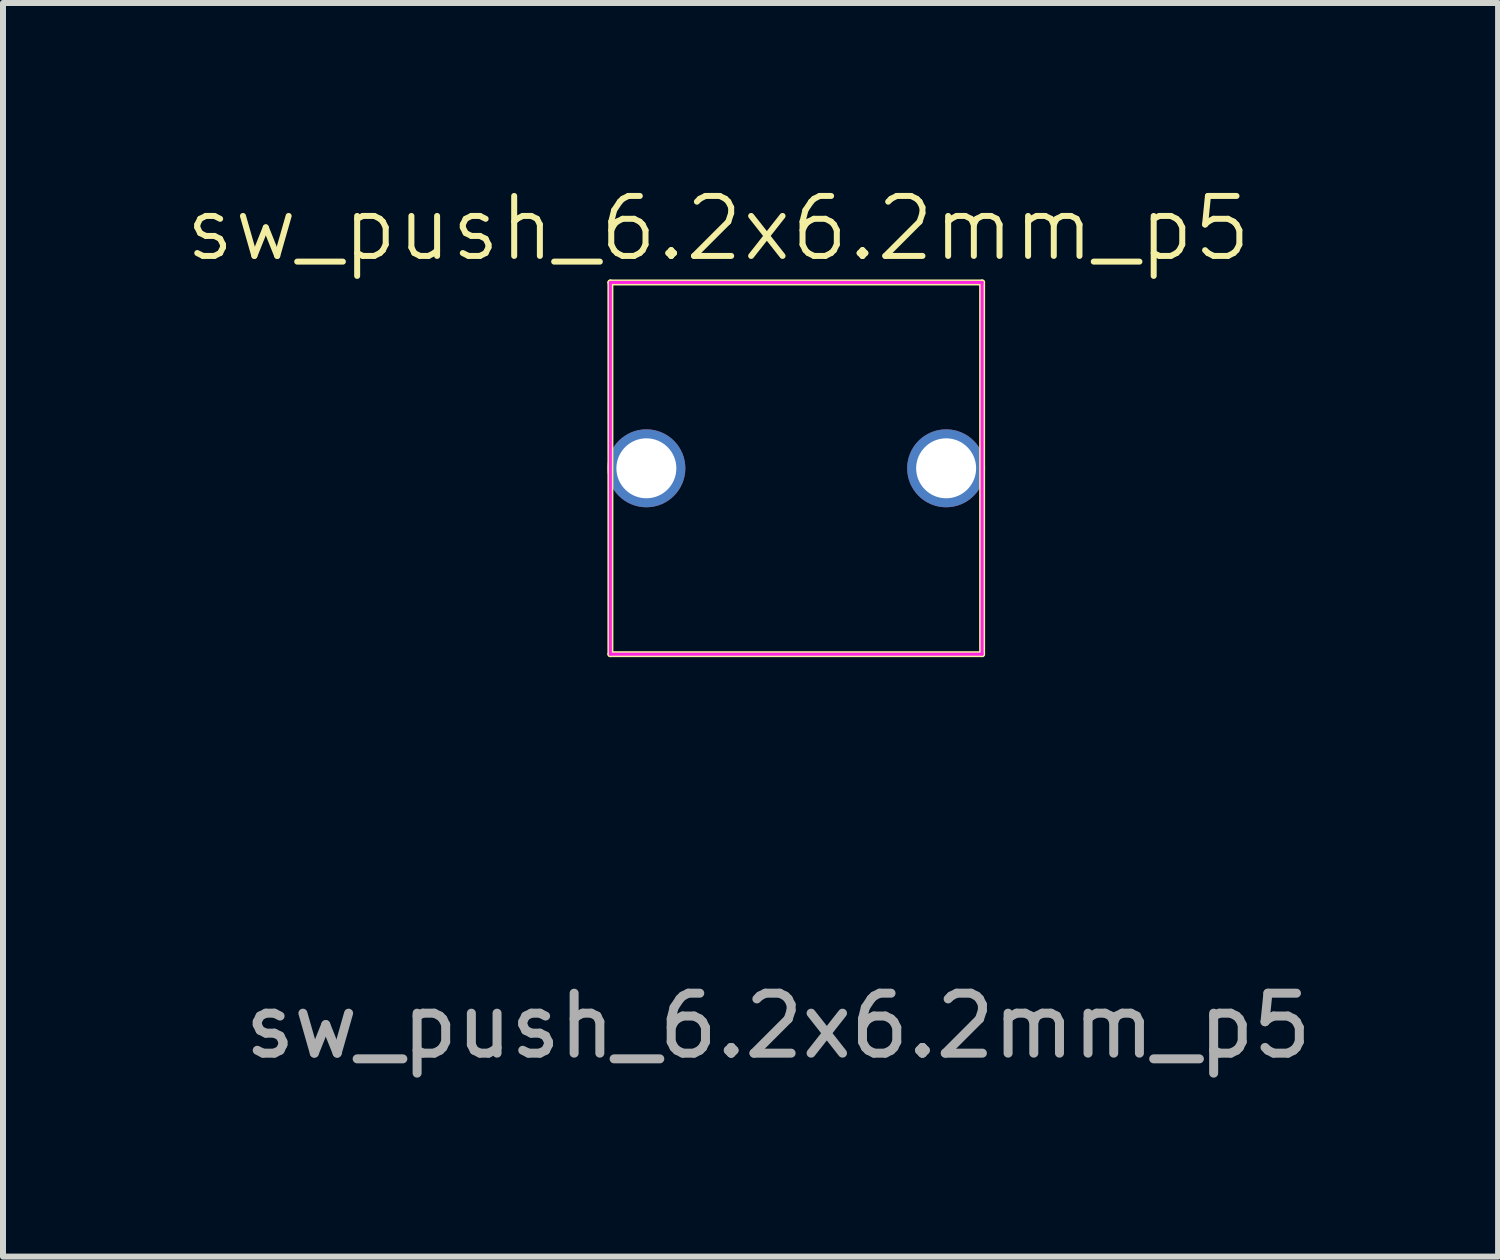
<source format=kicad_pcb>
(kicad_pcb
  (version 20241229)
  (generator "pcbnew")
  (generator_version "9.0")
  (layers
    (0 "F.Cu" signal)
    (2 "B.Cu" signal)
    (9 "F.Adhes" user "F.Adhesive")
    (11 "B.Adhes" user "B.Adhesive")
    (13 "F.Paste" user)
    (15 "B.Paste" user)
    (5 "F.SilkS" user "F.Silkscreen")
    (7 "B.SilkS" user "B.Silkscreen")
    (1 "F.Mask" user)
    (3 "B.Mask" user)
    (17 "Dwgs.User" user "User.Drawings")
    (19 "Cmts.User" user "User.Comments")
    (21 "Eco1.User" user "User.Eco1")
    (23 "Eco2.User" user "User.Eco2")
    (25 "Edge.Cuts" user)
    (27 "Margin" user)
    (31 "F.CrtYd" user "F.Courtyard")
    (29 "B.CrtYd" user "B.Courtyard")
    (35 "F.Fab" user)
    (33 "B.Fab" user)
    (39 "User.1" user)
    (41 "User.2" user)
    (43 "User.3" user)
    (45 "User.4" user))
  (footprint "sw_push_6.2x6.2mm_p5"
    (layer "F.Cu")
    (at 10.231 4.761)
    (property "Reference" "sw_push_6.2x6.2mm_p5" (at -1.3 -4 0) (unlocked yes) (layer "F.SilkS") (effects (font (size 1 1) (thickness 0.1))))
    (attr through_hole)
    (fp_line (start -3.1 -3.1) (end -3.1 3.1) (stroke (width 0.1) (type default)) (layer "F.SilkS"))
    (fp_line (start -3.1 3.1) (end 3.1 3.1) (stroke (width 0.1) (type default)) (layer "F.SilkS"))
    (fp_line (start 3.1 -3.1) (end -3.1 -3.1) (stroke (width 0.1) (type default)) (layer "F.SilkS"))
    (fp_line (start 3.1 3.1) (end 3.1 -3.1) (stroke (width 0.1) (type default)) (layer "F.SilkS"))
    (fp_line (start -3.1 -3.1) (end 3.1 -3.1) (stroke (width 0.05) (type default)) (layer "F.CrtYd"))
    (fp_line (start -3.1 3.1) (end -3.1 -3.1) (stroke (width 0.05) (type default)) (layer "F.CrtYd"))
    (fp_line (start 3.1 -3.1) (end 3.1 3.1) (stroke (width 0.05) (type default)) (layer "F.CrtYd"))
    (fp_line (start 3.1 3.1) (end -3.1 3.1) (stroke (width 0.05) (type default)) (layer "F.CrtYd"))
    (fp_text user "${REFERENCE}" (at -0.3 9.3 0) (unlocked yes) (layer "F.Fab") (effects (font (size 1 1) (thickness 0.15))))
    (pad "1" thru_hole circle (at -2.5 0) (size 1.3 1.3) (drill 1) (layers "*.Cu" "*.Mask"))
    (pad "2" thru_hole circle (at 2.5 0) (size 1.3 1.3) (drill 1) (layers "*.Cu" "*.Mask")))
  (gr_rect
    (start -3 -3)
    (end 21.937 17.909)
    (stroke (width 0.1) (type default))
    (fill no)
    (layer "Edge.Cuts")))
</source>
